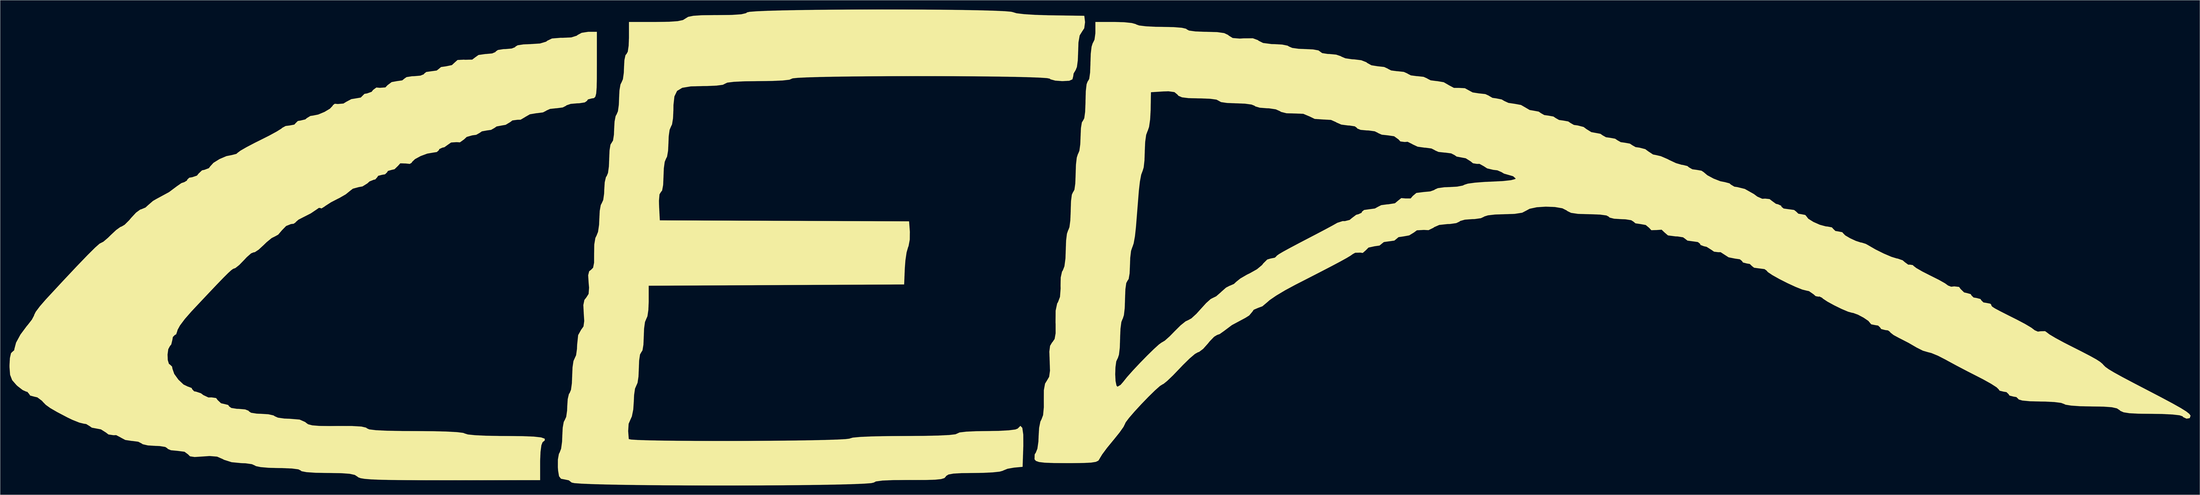
<source format=kicad_pcb>
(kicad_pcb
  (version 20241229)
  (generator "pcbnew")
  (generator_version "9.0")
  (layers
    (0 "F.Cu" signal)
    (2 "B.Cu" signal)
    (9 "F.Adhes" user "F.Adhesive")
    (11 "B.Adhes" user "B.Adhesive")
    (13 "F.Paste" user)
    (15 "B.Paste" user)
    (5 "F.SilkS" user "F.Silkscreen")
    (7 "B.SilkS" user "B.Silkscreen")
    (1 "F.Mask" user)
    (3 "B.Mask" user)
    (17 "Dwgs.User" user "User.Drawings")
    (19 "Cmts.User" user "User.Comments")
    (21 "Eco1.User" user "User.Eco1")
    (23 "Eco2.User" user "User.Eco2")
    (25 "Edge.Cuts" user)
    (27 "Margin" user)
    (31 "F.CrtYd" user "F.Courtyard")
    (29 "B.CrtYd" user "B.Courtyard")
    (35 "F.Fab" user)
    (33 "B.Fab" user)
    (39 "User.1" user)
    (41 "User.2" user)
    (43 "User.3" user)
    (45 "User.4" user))
  (footprint "LOGO_CEA"
    (layer "F.Cu")
    (at 346.08 74.669)
    (property "Reference" "LOGO_CEA" (at 0 0 0) (layer "F.SilkS") (effects (font (size 1.524 1.524) (thickness 0.3))))
    (attr through_hole)
    (fp_poly (pts (xy -58.481 -74.655) (xy -51.55 -74.624) (xy -44.988 -74.568) (xy -38.971 -74.489) (xy -33.678 -74.387) (xy -29.285 -74.26) (xy -25.972 -74.109) (xy -23.915 -73.933) (xy -23.299 -73.781) (xy -22.197 -73.445) (xy -19.771 -73.155) (xy -16.282 -72.932) (xy -11.992 -72.798) (xy -11.432 -72.789) (xy -0.397 -72.628) (xy -0.158 -70.576) (xy -0.421 -68.615) (xy -1.15 -67.502) (xy -1.891 -66.304) (xy -2.282 -64.067) (xy -2.381 -61.068) (xy -2.49 -58.278) (xy -2.774 -56.159) (xy -3.173 -55.167) (xy -3.175 -55.166) (xy -3.842 -54.046) (xy -3.969 -53.134) (xy -4.222 -52.164) (xy -5.247 -51.709) (xy -7.445 -51.594) (xy -7.494 -51.594) (xy -9.737 -51.758) (xy -11.244 -52.172) (xy -11.509 -52.388) (xy -12.382 -52.563) (xy -14.649 -52.717) (xy -18.132 -52.85) (xy -22.651 -52.963) (xy -28.028 -53.054) (xy -34.082 -53.124) (xy -40.635 -53.173) (xy -47.508 -53.2) (xy -54.52 -53.207) (xy -61.493 -53.193) (xy -68.248 -53.157) (xy -74.604 -53.101) (xy -80.384 -53.023) (xy -85.407 -52.924) (xy -89.494 -52.804) (xy -92.466 -52.663) (xy -94.144 -52.501) (xy -94.456 -52.388) (xy -95.223 -52.052) (xy -97.42 -51.801) (xy -100.891 -51.644) (xy -105.172 -51.594) (xy -109.698 -51.537) (xy -113.096 -51.374) (xy -115.21 -51.117) (xy -115.888 -50.8) (xy -116.636 -50.418) (xy -118.704 -50.146) (xy -121.824 -50.014) (xy -122.908 -50.006) (xy -126.968 -49.901) (xy -129.704 -49.448) (xy -131.372 -48.44) (xy -132.229 -46.671) (xy -132.532 -43.935) (xy -132.556 -42.252) (xy -132.677 -39.614) (xy -132.99 -37.662) (xy -133.35 -36.909) (xy -133.777 -35.909) (xy -134.065 -33.824) (xy -134.144 -31.75) (xy -134.269 -29.163) (xy -134.593 -27.268) (xy -134.938 -26.591) (xy -135.347 -25.599) (xy -135.634 -23.494) (xy -135.731 -20.988) (xy -135.852 -18.152) (xy -136.182 -16.358) (xy -136.565 -15.875) (xy -137.026 -15.132) (xy -137.203 -13.062) (xy -137.16 -11.311) (xy -136.922 -6.747) (xy -56.753 -6.43) (xy -56.502 -3.063) (xy -56.535 -0.536) (xy -56.929 1.56) (xy -57.085 1.937) (xy -57.556 3.573) (xy -57.94 6.184) (xy -58.13 8.731) (xy -58.341 13.891) (xy -99.417 14.096) (xy -140.494 14.302) (xy -140.494 19.407) (xy -140.609 22.115) (xy -140.908 24.144) (xy -141.287 25.003) (xy -141.697 25.995) (xy -141.984 28.1) (xy -142.081 30.606) (xy -142.194 33.284) (xy -142.493 35.115) (xy -142.875 35.719) (xy -143.291 36.447) (xy -143.575 38.373) (xy -143.669 40.831) (xy -143.783 43.541) (xy -144.083 45.572) (xy -144.463 46.434) (xy -144.9 47.438) (xy -145.198 49.516) (xy -145.281 51.442) (xy -145.464 54.173) (xy -145.908 56.384) (xy -146.303 57.269) (xy -146.954 58.765) (xy -147.105 61.111) (xy -146.908 63.698) (xy -146.128 63.857) (xy -143.955 63.991) (xy -140.583 64.101) (xy -136.205 64.187) (xy -131.017 64.249) (xy -125.211 64.289) (xy -118.982 64.306) (xy -112.525 64.302) (xy -106.032 64.276) (xy -99.699 64.23) (xy -93.719 64.164) (xy -88.286 64.079) (xy -83.594 63.974) (xy -79.838 63.851) (xy -77.211 63.71) (xy -75.908 63.552) (xy -75.803 63.5) (xy -74.848 63.226) (xy -72.438 63.003) (xy -68.707 62.839) (xy -63.787 62.738) (xy -58.294 62.706) (xy -52.198 62.67) (xy -47.366 62.563) (xy -43.882 62.391) (xy -41.83 62.156) (xy -41.275 61.913) (xy -40.513 61.564) (xy -38.347 61.305) (xy -34.961 61.154) (xy -31.797 61.119) (xy -27.848 61.055) (xy -24.68 60.878) (xy -22.574 60.61) (xy -21.828 60.325) (xy -20.939 59.435) (xy -20.336 60.088) (xy -20.025 62.262) (xy -20.015 65.936) (xy -20.019 66.08) (xy -20.241 72.628) (xy -23.019 72.883) (xy -25.103 73.252) (xy -26.478 73.813) (xy -26.551 73.875) (xy -27.613 74.176) (xy -29.9 74.418) (xy -33.052 74.572) (xy -35.902 74.612) (xy -39.876 74.656) (xy -42.52 74.809) (xy -44.088 75.104) (xy -44.835 75.575) (xy -44.947 75.779) (xy -45.395 76.252) (xy -46.467 76.577) (xy -48.393 76.775) (xy -51.405 76.868) (xy -55.734 76.878) (xy -56.598 76.873) (xy -61.718 76.897) (xy -65.307 77.048) (xy -67.419 77.33) (xy -68.098 77.691) (xy -68.931 77.881) (xy -71.184 78.05) (xy -74.691 78.197) (xy -79.286 78.324) (xy -84.8 78.43) (xy -91.069 78.514) (xy -97.924 78.578) (xy -105.199 78.62) (xy -112.728 78.641) (xy -120.343 78.641) (xy -127.878 78.62) (xy -135.166 78.578) (xy -142.04 78.515) (xy -148.334 78.431) (xy -153.881 78.326) (xy -158.514 78.2) (xy -162.066 78.052) (xy -164.371 77.884) (xy -165.262 77.695) (xy -165.266 77.687) (xy -166.196 76.966) (xy -167.515 76.695) (xy -168.699 76.469) (xy -169.327 75.667) (xy -169.627 73.871) (xy -169.712 72.716) (xy -169.696 70.278) (xy -169.375 68.472) (xy -169.117 67.993) (xy -168.656 66.784) (xy -168.35 64.547) (xy -168.275 62.594) (xy -168.147 60.04) (xy -167.816 58.18) (xy -167.481 57.547) (xy -167.018 56.528) (xy -166.732 54.489) (xy -166.688 53.181) (xy -166.537 50.828) (xy -166.156 49.196) (xy -165.894 48.816) (xy -165.482 47.823) (xy -165.196 45.72) (xy -165.1 43.259) (xy -164.984 40.563) (xy -164.683 38.545) (xy -164.306 37.703) (xy -163.841 36.683) (xy -163.555 34.647) (xy -163.512 33.388) (xy -163.181 30.211) (xy -162.229 28.498) (xy -161.462 27.423) (xy -161.222 25.647) (xy -161.373 23.287) (xy -161.512 20.527) (xy -161.173 18.878) (xy -160.582 18.13) (xy -159.823 16.951) (xy -159.669 14.927) (xy -159.805 13.389) (xy -159.961 10.94) (xy -159.638 9.643) (xy -159.06 9.204) (xy -158.37 8.504) (xy -158.051 6.877) (xy -158.044 4.006) (xy -158.046 3.95) (xy -157.993 1.005) (xy -157.641 -1.091) (xy -157.294 -1.774) (xy -156.787 -3.032) (xy -156.451 -5.306) (xy -156.369 -7.256) (xy -156.241 -9.81) (xy -155.909 -11.67) (xy -155.575 -12.303) (xy -155.112 -13.322) (xy -154.826 -15.361) (xy -154.781 -16.669) (xy -154.631 -19.022) (xy -154.25 -20.654) (xy -153.988 -21.034) (xy -153.578 -22.026) (xy -153.291 -24.131) (xy -153.194 -26.637) (xy -153.081 -29.315) (xy -152.782 -31.146) (xy -152.4 -31.75) (xy -151.963 -32.467) (xy -151.675 -34.316) (xy -151.606 -36.069) (xy -151.471 -38.555) (xy -151.124 -40.337) (xy -150.812 -40.878) (xy -150.386 -41.878) (xy -150.098 -43.964) (xy -150.019 -46.038) (xy -149.894 -48.624) (xy -149.569 -50.519) (xy -149.225 -51.197) (xy -148.783 -52.205) (xy -148.495 -54.272) (xy -148.431 -56.006) (xy -148.299 -58.382) (xy -147.96 -59.951) (xy -147.637 -60.325) (xy -147.223 -61.054) (xy -146.939 -62.985) (xy -146.844 -65.484) (xy -146.844 -70.644) (xy -138.21 -70.644) (xy -134.034 -70.702) (xy -131.202 -70.896) (xy -129.476 -71.253) (xy -128.638 -71.773) (xy -127.803 -72.29) (xy -126.159 -72.626) (xy -123.464 -72.807) (xy -119.477 -72.858) (xy -118.457 -72.855) (xy -113.82 -72.905) (xy -110.727 -73.115) (xy -109.143 -73.486) (xy -108.912 -73.71) (xy -108.08 -73.905) (xy -105.837 -74.079) (xy -102.363 -74.23) (xy -97.834 -74.359) (xy -92.429 -74.466) (xy -86.326 -74.55) (xy -79.701 -74.611) (xy -72.734 -74.649) (xy -65.601 -74.664) (xy -58.481 -74.655)) (stroke (width 0.01) (type solid)) (fill yes) (layer "F.SilkS"))
    (fp_poly (pts (xy -157.162 -56.753) (xy -157.175 -52.447) (xy -157.237 -49.481) (xy -157.386 -47.605) (xy -157.658 -46.571) (xy -158.09 -46.131) (xy -158.719 -46.038) (xy -158.75 -46.038) (xy -160.04 -45.705) (xy -160.338 -45.244) (xy -161.041 -44.744) (xy -162.795 -44.468) (xy -163.466 -44.45) (xy -165.579 -44.265) (xy -166.934 -43.807) (xy -167.084 -43.656) (xy -168.142 -43.116) (xy -170.058 -42.865) (xy -170.259 -42.862) (xy -172.22 -42.649) (xy -173.39 -42.128) (xy -173.434 -42.069) (xy -174.494 -41.524) (xy -176.402 -41.276) (xy -176.559 -41.275) (xy -178.695 -40.919) (xy -180.202 -40.058) (xy -180.227 -40.029) (xy -181.706 -39.161) (xy -182.676 -39.153) (xy -184.334 -38.933) (xy -185.012 -38.415) (xy -186.497 -37.525) (xy -187.772 -37.306) (xy -189.414 -36.999) (xy -190.103 -36.513) (xy -191.2 -35.892) (xy -192.484 -35.719) (xy -194.146 -35.419) (xy -194.866 -34.925) (xy -195.962 -34.306) (xy -197.254 -34.131) (xy -199.027 -33.629) (xy -199.885 -32.822) (xy -201.208 -31.876) (xy -202.277 -31.946) (xy -204.043 -31.83) (xy -204.856 -31.271) (xy -206.205 -30.309) (xy -206.869 -30.163) (xy -207.861 -29.701) (xy -207.963 -29.369) (xy -208.638 -28.758) (xy -209.825 -28.575) (xy -211.71 -28.254) (xy -213.843 -27.464) (xy -215.673 -26.467) (xy -216.648 -25.522) (xy -216.694 -25.327) (xy -217.343 -24.935) (xy -218.671 -25.072) (xy -220.395 -25.122) (xy -221.137 -24.294) (xy -222.248 -23.218) (xy -223.129 -23.019) (xy -224.372 -22.67) (xy -224.631 -22.225) (xy -225.296 -21.58) (xy -226.219 -21.431) (xy -227.509 -21.099) (xy -227.806 -20.637) (xy -228.442 -19.917) (xy -228.9 -19.844) (xy -230.291 -19.284) (xy -230.981 -18.653) (xy -232.537 -17.685) (xy -233.759 -17.462) (xy -235.636 -16.956) (xy -236.55 -16.257) (xy -237.912 -15.145) (xy -239.987 -13.948) (xy -240.417 -13.743) (xy -242.669 -12.577) (xy -244.475 -11.413) (xy -244.673 -11.253) (xy -245.732 -10.581) (xy -246.062 -10.716) (xy -246.552 -10.782) (xy -247.452 -10.16) (xy -249.16 -9.008) (xy -251.359 -7.885) (xy -251.42 -7.859) (xy -253.132 -6.975) (xy -253.98 -6.239) (xy -254 -6.156) (xy -254.666 -5.666) (xy -255.569 -5.556) (xy -257.112 -4.936) (xy -258.439 -3.572) (xy -259.657 -2.15) (xy -260.682 -1.588) (xy -261.753 -1.057) (xy -263.397 0.29) (xy -264.289 1.16) (xy -265.948 2.689) (xy -267.189 3.506) (xy -267.54 3.544) (xy -268.359 3.867) (xy -269.768 5.101) (xy -270.565 5.956) (xy -272.168 7.609) (xy -273.422 8.603) (xy -273.763 8.731) (xy -274.136 8.852) (xy -274.758 9.303) (xy -275.76 10.217) (xy -277.273 11.724) (xy -279.43 13.959) (xy -282.362 17.053) (xy -286.201 21.137) (xy -287.593 22.622) (xy -289.675 25.003) (xy -291.244 27.099) (xy -292.033 28.541) (xy -292.077 28.773) (xy -292.472 29.952) (xy -292.894 30.163) (xy -293.545 30.825) (xy -293.688 31.703) (xy -294.052 33.223) (xy -294.481 33.734) (xy -295.016 34.736) (xy -295.247 36.461) (xy -295.175 38.261) (xy -294.799 39.49) (xy -294.481 39.688) (xy -293.796 40.344) (xy -293.662 41.077) (xy -293.092 42.71) (xy -291.747 44.573) (xy -290.106 46.126) (xy -288.647 46.828) (xy -288.566 46.831) (xy -287.486 47.248) (xy -287.337 47.625) (xy -286.691 48.32) (xy -286.09 48.419) (xy -284.505 48.946) (xy -283.723 49.539) (xy -282.096 50.301) (xy -281.111 50.269) (xy -279.622 50.486) (xy -279.137 51.133) (xy -278.039 52.167) (xy -277.044 52.388) (xy -275.74 52.715) (xy -275.431 53.181) (xy -274.727 53.678) (xy -272.968 53.955) (xy -272.256 53.975) (xy -270.268 54.151) (xy -269.162 54.591) (xy -269.081 54.769) (xy -268.368 55.224) (xy -266.546 55.511) (xy -265.159 55.562) (xy -262.792 55.711) (xy -261.144 56.088) (xy -260.747 56.356) (xy -259.737 56.802) (xy -257.675 57.09) (xy -256.035 57.15) (xy -252.771 57.417) (xy -250.933 58.23) (xy -250.792 58.381) (xy -250.042 58.928) (xy -248.697 59.277) (xy -246.478 59.458) (xy -243.108 59.501) (xy -240.606 59.476) (xy -235.981 59.483) (xy -232.906 59.664) (xy -231.352 60.024) (xy -231.145 60.229) (xy -230.374 60.577) (xy -228.276 60.836) (xy -224.782 61.009) (xy -219.82 61.101) (xy -215.484 61.119) (xy -209.966 61.159) (xy -205.471 61.276) (xy -202.15 61.46) (xy -200.156 61.705) (xy -199.628 61.913) (xy -198.664 62.214) (xy -196.31 62.454) (xy -192.761 62.62) (xy -188.213 62.701) (xy -186.484 62.706) (xy -181.248 62.751) (xy -177.485 62.898) (xy -175.085 63.166) (xy -173.937 63.574) (xy -173.929 64.139) (xy -174.625 64.691) (xy -175.01 65.67) (xy -175.292 67.801) (xy -175.417 70.648) (xy -175.419 71.05) (xy -175.419 76.919) (xy -204.305 76.943) (xy -211.99 76.941) (xy -218.237 76.919) (xy -223.195 76.87) (xy -227.014 76.788) (xy -229.842 76.668) (xy -231.829 76.504) (xy -233.124 76.291) (xy -233.877 76.022) (xy -234.167 75.79) (xy -235.016 75.235) (xy -236.637 74.876) (xy -239.292 74.679) (xy -243.24 74.613) (xy -243.778 74.612) (xy -247.688 74.543) (xy -250.545 74.346) (xy -252.143 74.042) (xy -252.412 73.819) (xy -253.161 73.438) (xy -255.233 73.166) (xy -258.365 73.033) (xy -259.509 73.025) (xy -262.717 72.942) (xy -265.29 72.719) (xy -266.838 72.397) (xy -267.097 72.231) (xy -268.113 71.772) (xy -270.158 71.486) (xy -271.537 71.438) (xy -274.623 71.139) (xy -277.09 70.357) (xy -277.47 70.139) (xy -279.299 69.343) (xy -281.741 69.144) (xy -283.837 69.292) (xy -286.535 69.465) (xy -288.029 69.244) (xy -288.658 68.607) (xy -289.786 67.771) (xy -292.161 67.469) (xy -292.185 67.469) (xy -294.142 67.288) (xy -295.209 66.839) (xy -295.275 66.675) (xy -295.988 66.22) (xy -297.81 65.933) (xy -299.197 65.881) (xy -301.564 65.733) (xy -303.213 65.355) (xy -303.609 65.088) (xy -304.669 64.543) (xy -306.577 64.295) (xy -306.734 64.294) (xy -308.828 63.979) (xy -310.259 63.219) (xy -310.288 63.185) (xy -311.762 62.415) (xy -312.624 62.447) (xy -314.251 62.204) (xy -315.073 61.571) (xy -316.661 60.566) (xy -317.947 60.325) (xy -319.589 60.018) (xy -320.278 59.531) (xy -321.409 58.841) (xy -322.153 58.737) (xy -323.608 58.388) (xy -325.852 57.491) (xy -327.464 56.715) (xy -330.775 54.973) (xy -332.977 53.695) (xy -334.399 52.67) (xy -335.367 51.681) (xy -335.591 51.395) (xy -337.111 50.257) (xy -338.183 50.006) (xy -339.448 49.665) (xy -339.725 49.212) (xy -340.347 48.467) (xy -340.674 48.419) (xy -341.82 47.909) (xy -343.459 46.647) (xy -343.849 46.286) (xy -345.214 44.716) (xy -345.878 43) (xy -346.072 40.479) (xy -346.075 39.936) (xy -345.94 37.592) (xy -345.593 36.061) (xy -345.281 35.719) (xy -344.562 35.083) (xy -344.488 34.619) (xy -343.957 32.626) (xy -342.547 30.028) (xy -340.53 27.313) (xy -340.212 26.948) (xy -338.876 25.232) (xy -338.17 23.903) (xy -338.137 23.703) (xy -337.632 22.696) (xy -336.306 20.928) (xy -334.444 18.779) (xy -334.404 18.735) (xy -328.893 12.788) (xy -324.418 8.026) (xy -320.968 4.44) (xy -318.534 2.021) (xy -317.107 0.759) (xy -316.71 0.556) (xy -315.878 0.129) (xy -314.395 -1.134) (xy -313.493 -2.024) (xy -311.769 -3.636) (xy -310.405 -4.62) (xy -310.002 -4.763) (xy -309.039 -5.335) (xy -307.591 -6.776) (xy -306.949 -7.541) (xy -305.381 -9.23) (xy -304.041 -10.215) (xy -303.673 -10.319) (xy -302.332 -10.878) (xy -301.556 -11.592) (xy -299.936 -12.996) (xy -298.879 -13.611) (xy -294.775 -15.835) (xy -292.241 -17.731) (xy -290.763 -18.756) (xy -289.855 -19.05) (xy -288.978 -19.58) (xy -288.925 -19.844) (xy -288.259 -20.485) (xy -287.313 -20.637) (xy -285.786 -21.155) (xy -285.243 -21.828) (xy -284.156 -22.851) (xy -283.369 -23.019) (xy -281.945 -23.558) (xy -281.528 -24.122) (xy -280.479 -25.271) (xy -278.528 -26.486) (xy -276.309 -27.433) (xy -274.562 -27.781) (xy -273.109 -28.153) (xy -272.68 -28.532) (xy -271.801 -29.188) (xy -269.83 -30.326) (xy -267.11 -31.75) (xy -265.509 -32.544) (xy -262.536 -34.042) (xy -260.132 -35.354) (xy -258.64 -36.285) (xy -258.339 -36.555) (xy -257.268 -37.136) (xy -255.938 -37.306) (xy -254.468 -37.584) (xy -254 -38.1) (xy -253.337 -38.751) (xy -252.459 -38.894) (xy -250.94 -39.258) (xy -250.428 -39.688) (xy -249.3 -40.373) (xy -248.519 -40.481) (xy -246.787 -40.827) (xy -244.765 -41.667) (xy -243.02 -42.709) (xy -242.122 -43.658) (xy -242.094 -43.807) (xy -241.464 -44.299) (xy -240.492 -44.216) (xy -238.672 -44.364) (xy -237.771 -44.918) (xy -236.136 -45.789) (xy -234.61 -46.038) (xy -233.091 -46.302) (xy -232.569 -46.831) (xy -231.908 -47.488) (xy -231.066 -47.625) (xy -229.599 -48.148) (xy -229.13 -48.754) (xy -228.084 -49.528) (xy -226.961 -49.429) (xy -225.181 -49.558) (xy -224.491 -50.284) (xy -223.162 -51.279) (xy -221.417 -51.594) (xy -219.762 -51.827) (xy -219.075 -52.388) (xy -218.371 -52.885) (xy -216.612 -53.161) (xy -215.9 -53.181) (xy -213.912 -53.357) (xy -212.806 -53.797) (xy -212.725 -53.975) (xy -212.035 -54.532) (xy -210.373 -54.769) (xy -210.344 -54.769) (xy -208.672 -54.999) (xy -207.963 -55.553) (xy -207.963 -55.562) (xy -207.275 -56.128) (xy -205.666 -56.356) (xy -203.782 -56.749) (xy -202.905 -57.567) (xy -201.977 -58.397) (xy -199.933 -58.498) (xy -199.581 -58.464) (xy -197.254 -58.514) (xy -196.304 -59.237) (xy -195.226 -60.009) (xy -192.997 -60.323) (xy -192.796 -60.325) (xy -190.84 -60.506) (xy -189.773 -60.955) (xy -189.706 -61.119) (xy -189.002 -61.616) (xy -187.243 -61.892) (xy -186.531 -61.913) (xy -184.543 -62.089) (xy -183.437 -62.528) (xy -183.356 -62.706) (xy -182.635 -63.131) (xy -180.758 -63.418) (xy -178.691 -63.5) (xy -175.451 -63.706) (xy -173.478 -64.295) (xy -173.123 -64.587) (xy -171.599 -65.319) (xy -168.783 -65.55) (xy -168.231 -65.538) (xy -165.389 -65.664) (xy -163.624 -66.221) (xy -163.383 -66.435) (xy -162.047 -67.148) (xy -159.977 -67.467) (xy -159.843 -67.469) (xy -157.162 -67.469) (xy -157.162 -56.753)) (stroke (width 0.01) (type solid)) (fill yes) (layer "F.SilkS"))
    (fp_poly (pts (xy 12.496 -70.55) (xy 14.863 -70.302) (xy 16.163 -69.948) (xy 16.272 -69.85) (xy 17.235 -69.508) (xy 19.434 -69.241) (xy 22.52 -69.084) (xy 24.653 -69.056) (xy 28.325 -68.98) (xy 30.978 -68.768) (xy 32.381 -68.443) (xy 32.544 -68.263) (xy 33.285 -67.868) (xy 35.306 -67.591) (xy 38.3 -67.471) (xy 38.797 -67.469) (xy 42.34 -67.372) (xy 44.597 -67.051) (xy 45.86 -66.455) (xy 46.06 -66.251) (xy 47.334 -65.472) (xy 49.584 -65.287) (xy 50.895 -65.369) (xy 53.824 -65.385) (xy 55.466 -64.777) (xy 55.636 -64.602) (xy 57.107 -63.87) (xy 59.805 -63.52) (xy 60.772 -63.5) (xy 63.229 -63.362) (xy 64.98 -63.008) (xy 65.484 -62.706) (xy 66.484 -62.282) (xy 68.571 -61.994) (xy 70.691 -61.913) (xy 73.208 -61.791) (xy 74.913 -61.474) (xy 75.406 -61.119) (xy 76.108 -60.611) (xy 77.851 -60.339) (xy 78.422 -60.325) (xy 80.609 -60.117) (xy 82.127 -59.605) (xy 82.281 -59.483) (xy 83.561 -58.939) (xy 85.708 -58.623) (xy 86.388 -58.596) (xy 88.672 -58.316) (xy 90.316 -57.674) (xy 90.565 -57.454) (xy 91.945 -56.69) (xy 94.027 -56.357) (xy 94.11 -56.356) (xy 96.052 -56.138) (xy 97.201 -55.609) (xy 97.234 -55.562) (xy 98.292 -55.022) (xy 100.208 -54.771) (xy 100.409 -54.769) (xy 102.37 -54.555) (xy 103.54 -54.034) (xy 103.584 -53.975) (xy 104.642 -53.434) (xy 106.558 -53.183) (xy 106.759 -53.181) (xy 108.72 -52.967) (xy 109.89 -52.447) (xy 109.934 -52.388) (xy 110.994 -51.843) (xy 112.902 -51.595) (xy 113.059 -51.594) (xy 115.198 -51.234) (xy 116.713 -50.364) (xy 116.737 -50.336) (xy 118.471 -49.412) (xy 120.025 -49.407) (xy 122.015 -49.303) (xy 123.144 -48.68) (xy 124.497 -47.947) (xy 126.565 -47.626) (xy 126.653 -47.625) (xy 128.596 -47.407) (xy 129.745 -46.878) (xy 129.778 -46.831) (xy 130.882 -46.197) (xy 132.047 -46.038) (xy 133.844 -45.685) (xy 134.67 -45.194) (xy 136.015 -44.572) (xy 138.007 -44.279) (xy 140.048 -43.908) (xy 141.388 -43.138) (xy 142.844 -42.281) (xy 144.116 -42.069) (xy 145.758 -41.761) (xy 146.447 -41.275) (xy 147.544 -40.655) (xy 148.828 -40.481) (xy 150.49 -40.182) (xy 151.209 -39.688) (xy 152.306 -39.067) (xy 153.591 -38.894) (xy 155.253 -38.594) (xy 155.972 -38.1) (xy 157.072 -37.474) (xy 158.303 -37.306) (xy 160.188 -36.82) (xy 161.131 -36.116) (xy 162.678 -35.157) (xy 163.96 -34.925) (xy 165.602 -34.618) (xy 166.291 -34.131) (xy 167.388 -33.511) (xy 168.672 -33.337) (xy 170.334 -33.038) (xy 171.053 -32.544) (xy 172.15 -31.924) (xy 173.434 -31.75) (xy 175.096 -31.45) (xy 175.816 -30.956) (xy 176.916 -30.33) (xy 178.147 -30.163) (xy 180.031 -29.676) (xy 180.975 -28.972) (xy 182.529 -27.954) (xy 183.429 -27.781) (xy 185.044 -27.405) (xy 187.202 -26.473) (xy 187.722 -26.194) (xy 189.907 -25.169) (xy 191.759 -24.63) (xy 192.065 -24.606) (xy 193.574 -24.236) (xy 194.072 -23.813) (xy 195.169 -23.192) (xy 196.453 -23.019) (xy 198.101 -22.739) (xy 198.803 -22.275) (xy 199.975 -21.28) (xy 201.99 -20.196) (xy 204.159 -19.346) (xy 205.656 -19.05) (xy 207.125 -18.656) (xy 207.566 -18.256) (xy 208.684 -17.591) (xy 209.608 -17.462) (xy 212.04 -16.865) (xy 214.956 -15.222) (xy 216.069 -14.39) (xy 217.649 -13.694) (xy 218.591 -13.747) (xy 220.013 -13.592) (xy 220.702 -13.05) (xy 222.052 -12.068) (xy 222.744 -11.906) (xy 223.736 -11.445) (xy 223.838 -11.113) (xy 224.527 -10.555) (xy 226.189 -10.319) (xy 226.219 -10.319) (xy 227.891 -10.089) (xy 228.6 -9.535) (xy 228.6 -9.525) (xy 229.265 -8.88) (xy 230.188 -8.731) (xy 231.481 -8.481) (xy 231.78 -8.136) (xy 232.457 -7.264) (xy 234.104 -6.234) (xy 236.166 -5.321) (xy 238.085 -4.801) (xy 238.586 -4.763) (xy 240.047 -4.483) (xy 240.506 -3.969) (xy 241.171 -3.324) (xy 242.094 -3.175) (xy 243.385 -2.923) (xy 243.681 -2.575) (xy 244.328 -1.909) (xy 245.875 -0.997) (xy 247.729 -0.136) (xy 249.299 0.377) (xy 249.634 0.418) (xy 250.942 0.83) (xy 251.619 1.203) (xy 254.04 2.607) (xy 256.735 3.95) (xy 259.199 5.002) (xy 260.926 5.532) (xy 261.181 5.556) (xy 262.814 6.127) (xy 263.518 6.738) (xy 264.612 7.538) (xy 265.148 7.519) (xy 266.087 7.667) (xy 266.279 7.899) (xy 267.194 8.609) (xy 269.144 9.736) (xy 271.715 11.044) (xy 271.859 11.113) (xy 274.441 12.409) (xy 276.413 13.52) (xy 277.37 14.216) (xy 277.386 14.239) (xy 278.399 14.63) (xy 279.391 14.52) (xy 280.942 14.695) (xy 281.46 15.388) (xy 282.573 16.469) (xy 283.454 16.669) (xy 284.697 17.018) (xy 284.956 17.462) (xy 285.621 18.107) (xy 286.544 18.256) (xy 287.834 18.589) (xy 288.131 19.05) (xy 288.796 19.695) (xy 289.719 19.844) (xy 291.01 20.098) (xy 291.306 20.449) (xy 291.361 20.757) (xy 291.685 21.105) (xy 292.518 21.635) (xy 294.103 22.484) (xy 296.68 23.794) (xy 299.536 25.227) (xy 302.147 26.606) (xy 304.169 27.807) (xy 305.2 28.588) (xy 305.233 28.633) (xy 306.293 29.093) (xy 307.181 28.972) (xy 308.606 28.938) (xy 309.119 29.294) (xy 310.005 29.977) (xy 311.971 31.15) (xy 314.669 32.611) (xy 316.131 33.36) (xy 320.224 35.431) (xy 323.127 36.941) (xy 325.08 38.028) (xy 326.317 38.827) (xy 327.079 39.475) (xy 327.408 39.853) (xy 328.017 40.457) (xy 329.092 41.223) (xy 330.833 42.267) (xy 333.438 43.703) (xy 337.105 45.644) (xy 340.916 47.627) (xy 345.895 50.225) (xy 349.621 52.217) (xy 352.265 53.705) (xy 353.995 54.788) (xy 354.982 55.566) (xy 355.395 56.139) (xy 355.402 56.159) (xy 355.138 56.946) (xy 354.108 57.116) (xy 353.03 56.617) (xy 352.822 56.356) (xy 351.856 56.028) (xy 349.588 55.771) (xy 346.305 55.609) (xy 342.95 55.562) (xy 338.69 55.518) (xy 335.758 55.366) (xy 333.894 55.075) (xy 332.841 54.617) (xy 332.581 54.372) (xy 331.711 53.798) (xy 330.065 53.431) (xy 327.372 53.238) (xy 323.403 53.181) (xy 319.856 53.108) (xy 317.007 52.909) (xy 315.19 52.615) (xy 314.722 52.388) (xy 313.758 52.034) (xy 311.597 51.762) (xy 308.625 51.611) (xy 307.134 51.594) (xy 303.727 51.51) (xy 301.299 51.278) (xy 300.112 50.928) (xy 300.038 50.8) (xy 299.373 50.155) (xy 298.45 50.006) (xy 297.16 49.674) (xy 296.863 49.212) (xy 296.198 48.568) (xy 295.275 48.419) (xy 293.985 48.108) (xy 293.688 47.678) (xy 293.024 47.021) (xy 291.245 45.876) (xy 288.667 44.438) (xy 287.139 43.651) (xy 283.631 41.86) (xy 280.118 40.017) (xy 277.228 38.453) (xy 276.622 38.113) (xy 274.153 36.843) (xy 272.022 35.969) (xy 271.066 35.733) (xy 269.315 35.225) (xy 267.226 34.172) (xy 267.097 34.091) (xy 264.718 32.709) (xy 262.046 31.329) (xy 261.739 31.183) (xy 259.888 30.183) (xy 258.846 29.363) (xy 258.762 29.182) (xy 258.096 28.688) (xy 257.175 28.575) (xy 255.885 28.243) (xy 255.588 27.781) (xy 254.923 27.136) (xy 254 26.988) (xy 252.707 26.737) (xy 252.407 26.392) (xy 251.766 25.623) (xy 250.242 24.587) (xy 248.418 23.62) (xy 246.879 23.058) (xy 246.551 23.019) (xy 245.262 22.664) (xy 243.163 21.773) (xy 240.769 20.601) (xy 238.594 19.408) (xy 237.151 18.45) (xy 236.884 18.174) (xy 235.988 17.753) (xy 235.779 17.838) (xy 234.814 17.652) (xy 234.149 17.057) (xy 232.694 16.048) (xy 231.883 15.875) (xy 230.543 15.542) (xy 228.375 14.676) (xy 225.78 13.477) (xy 223.158 12.147) (xy 220.909 10.885) (xy 219.434 9.893) (xy 219.075 9.456) (xy 218.385 8.947) (xy 216.722 8.731) (xy 216.694 8.731) (xy 215.022 8.501) (xy 214.313 7.947) (xy 214.312 7.938) (xy 213.648 7.293) (xy 212.725 7.144) (xy 211.435 6.811) (xy 211.137 6.35) (xy 210.45 5.784) (xy 208.853 5.556) (xy 206.827 5.152) (xy 205.551 4.33) (xy 204.26 3.493) (xy 203.493 3.502) (xy 202.142 3.332) (xy 201.295 2.744) (xy 199.757 1.775) (xy 198.891 1.587) (xy 197.799 1.176) (xy 197.644 0.794) (xy 196.954 0.236) (xy 195.292 0.00006) (xy 195.262 0) (xy 193.591 -0.23) (xy 192.881 -0.784) (xy 192.881 -0.794) (xy 192.178 -1.296) (xy 190.428 -1.57) (xy 189.791 -1.587) (xy 187.327 -1.903) (xy 186.212 -2.862) (xy 185.286 -3.75) (xy 183.728 -3.637) (xy 181.975 -3.584) (xy 181.27 -4.346) (xy 180.175 -5.259) (xy 178.509 -5.556) (xy 176.874 -5.794) (xy 176.213 -6.35) (xy 175.499 -6.803) (xy 173.673 -7.09) (xy 172.244 -7.144) (xy 169.98 -7.287) (xy 168.543 -7.652) (xy 168.275 -7.938) (xy 167.533 -8.332) (xy 165.512 -8.609) (xy 162.518 -8.729) (xy 162.022 -8.731) (xy 158.441 -8.832) (xy 156.164 -9.166) (xy 154.919 -9.776) (xy 154.781 -9.922) (xy 153.37 -10.639) (xy 150.934 -11.054) (xy 148.008 -11.166) (xy 145.125 -10.976) (xy 142.819 -10.483) (xy 141.798 -9.922) (xy 140.439 -9.216) (xy 137.964 -8.833) (xy 134.644 -8.731) (xy 131.712 -8.633) (xy 129.436 -8.372) (xy 128.25 -8.002) (xy 128.191 -7.938) (xy 127.161 -7.452) (xy 125.153 -7.172) (xy 124.222 -7.144) (xy 121.994 -6.977) (xy 120.504 -6.558) (xy 120.253 -6.35) (xy 119.222 -5.862) (xy 117.218 -5.582) (xy 116.335 -5.556) (xy 113.765 -5.279) (xy 112.092 -4.547) (xy 111.947 -4.399) (xy 110.303 -3.595) (xy 108.828 -3.674) (xy 106.569 -3.55) (xy 105.626 -2.847) (xy 104.097 -1.914) (xy 102.297 -1.587) (xy 100.667 -1.349) (xy 100.013 -0.794) (xy 99.323 -0.236) (xy 97.661 -0.000061) (xy 97.631 0) (xy 95.959 0.23) (xy 95.25 0.784) (xy 95.25 0.794) (xy 94.562 1.359) (xy 92.954 1.587) (xy 91.002 2.014) (xy 90.169 2.86) (xy 89.161 3.743) (xy 88.396 3.641) (xy 86.743 3.677) (xy 85.974 4.091) (xy 85.23 4.623) (xy 83.954 5.39) (xy 81.985 6.48) (xy 79.161 7.98) (xy 75.318 9.976) (xy 70.294 12.557) (xy 67.512 13.979) (xy 64.216 15.756) (xy 61.323 17.486) (xy 59.218 18.93) (xy 58.439 19.619) (xy 56.878 20.929) (xy 55.504 21.431) (xy 54.086 22.044) (xy 53.683 22.634) (xy 52.641 23.881) (xy 51.416 24.652) (xy 47.081 26.975) (xy 44.591 28.844) (xy 43.154 29.866) (xy 42.299 30.163) (xy 41.346 30.744) (xy 39.935 32.205) (xy 39.344 32.941) (xy 37.825 34.642) (xy 36.518 35.623) (xy 36.172 35.719) (xy 35.19 36.269) (xy 33.465 37.74) (xy 31.303 39.86) (xy 30.339 40.878) (xy 28.125 43.183) (xy 26.272 44.957) (xy 25.066 45.931) (xy 24.817 46.038) (xy 23.94 46.588) (xy 22.311 48.041) (xy 20.218 50.094) (xy 17.945 52.447) (xy 15.779 54.8) (xy 14.006 56.852) (xy 12.912 58.303) (xy 12.7 58.771) (xy 12.215 59.768) (xy 10.934 61.58) (xy 9.119 63.841) (xy 8.85 64.158) (xy 6.898 66.546) (xy 5.358 68.624) (xy 4.537 69.976) (xy 4.509 70.048) (xy 4.136 70.631) (xy 3.325 71.025) (xy 1.812 71.267) (xy -0.669 71.392) (xy -4.383 71.435) (xy -5.953 71.438) (xy -10.202 71.408) (xy -13.118 71.298) (xy -14.955 71.079) (xy -15.965 70.719) (xy -16.402 70.194) (xy -16.35 68.629) (xy -15.98 68.05) (xy -15.482 66.802) (xy -15.156 64.545) (xy -15.081 62.706) (xy -14.925 60.085) (xy -14.522 58.068) (xy -14.154 57.334) (xy -13.643 55.975) (xy -13.403 53.403) (xy -13.415 51.22) (xy -13.397 47.917) (xy -13.015 45.841) (xy -12.389 44.819) (xy -11.695 43.632) (xy -11.59 42.859) (xy 9.542 42.859) (xy 9.653 45.008) (xy 9.954 46.484) (xy 10.274 46.831) (xy 11.268 46.25) (xy 12.089 45.308) (xy 13.338 43.742) (xy 15.228 41.615) (xy 17.481 39.214) (xy 19.818 36.821) (xy 21.96 34.724) (xy 23.629 33.205) (xy 24.545 32.551) (xy 24.587 32.544) (xy 25.5 32) (xy 27.084 30.589) (xy 28.66 28.972) (xy 30.567 27.077) (xy 32.179 25.782) (xy 33.002 25.4) (xy 34.046 24.83) (xy 35.659 23.356) (xy 37.038 21.828) (xy 38.788 19.903) (xy 40.235 18.606) (xy 40.908 18.256) (xy 42.009 17.724) (xy 43.509 16.426) (xy 43.656 16.272) (xy 45.183 14.92) (xy 46.399 14.293) (xy 46.476 14.287) (xy 47.733 13.733) (xy 48.451 13.058) (xy 49.774 11.991) (xy 51.911 10.746) (xy 52.891 10.27) (xy 55.135 9.003) (xy 56.788 7.632) (xy 57.155 7.134) (xy 58.437 5.869) (xy 59.493 5.556) (xy 60.87 5.283) (xy 61.251 4.961) (xy 61.524 4.63) (xy 62.218 4.131) (xy 63.522 3.358) (xy 65.625 2.205) (xy 68.717 0.566) (xy 72.988 -1.665) (xy 74.216 -2.304) (xy 77.018 -3.779) (xy 79.369 -5.046) (xy 80.828 -5.868) (xy 80.963 -5.951) (xy 82.696 -6.509) (xy 83.421 -6.499) (xy 84.94 -6.879) (xy 85.701 -7.511) (xy 87.053 -8.536) (xy 87.807 -8.731) (xy 88.799 -9.193) (xy 88.9 -9.525) (xy 89.589 -10.087) (xy 91.234 -10.319) (xy 93.067 -10.563) (xy 94.059 -11.113) (xy 95.114 -11.647) (xy 97.041 -11.903) (xy 97.306 -11.906) (xy 99.514 -12.248) (xy 100.517 -13.091) (xy 101.552 -13.917) (xy 102.866 -13.801) (xy 104.57 -13.801) (xy 105.249 -14.6) (xy 106.408 -15.576) (xy 108.782 -15.875) (xy 110.867 -16.064) (xy 112.188 -16.534) (xy 112.316 -16.669) (xy 113.327 -17.118) (xy 115.385 -17.405) (xy 116.966 -17.462) (xy 119.47 -17.599) (xy 121.326 -17.948) (xy 121.889 -18.225) (xy 122.966 -18.571) (xy 125.249 -18.885) (xy 128.359 -19.124) (xy 130.581 -19.217) (xy 134.229 -19.398) (xy 136.843 -19.684) (xy 138.202 -20.047) (xy 138.342 -20.241) (xy 137.523 -20.962) (xy 136.358 -21.3) (xy 134.592 -21.808) (xy 133.787 -22.292) (xy 132.453 -22.868) (xy 131.15 -23.019) (xy 129.165 -23.49) (xy 128.111 -24.176) (xy 126.715 -24.953) (xy 125.914 -24.933) (xy 124.614 -25.138) (xy 123.855 -25.761) (xy 122.281 -26.749) (xy 120.997 -26.988) (xy 119.355 -27.295) (xy 118.666 -27.781) (xy 117.608 -28.322) (xy 115.692 -28.573) (xy 115.491 -28.575) (xy 113.53 -28.789) (xy 112.36 -29.31) (xy 112.316 -29.369) (xy 111.262 -29.901) (xy 109.331 -30.158) (xy 109.037 -30.163) (xy 106.811 -30.478) (xy 105.171 -31.246) (xy 105.092 -31.319) (xy 103.592 -32.061) (xy 102.669 -31.991) (xy 101.249 -32.169) (xy 100.669 -32.818) (xy 99.252 -33.84) (xy 97.242 -34.131) (xy 95.279 -34.345) (xy 94.105 -34.864) (xy 94.059 -34.925) (xy 93.019 -35.432) (xy 91.045 -35.704) (xy 90.441 -35.719) (xy 88.47 -35.897) (xy 87.385 -36.342) (xy 87.312 -36.513) (xy 86.614 -37.033) (xy 84.891 -37.298) (xy 84.478 -37.306) (xy 82.264 -37.596) (xy 80.657 -38.302) (xy 80.559 -38.39) (xy 78.952 -39.103) (xy 76.493 -39.238) (xy 76.455 -39.235) (xy 73.701 -39.424) (xy 72.105 -40.199) (xy 70.025 -41.073) (xy 67.138 -41.179) (xy 64.647 -41.241) (xy 62.878 -41.685) (xy 62.548 -41.909) (xy 61.199 -42.508) (xy 58.994 -42.839) (xy 58.229 -42.862) (xy 56.037 -43.034) (xy 54.59 -43.465) (xy 54.372 -43.656) (xy 53.387 -44.052) (xy 51.268 -44.337) (xy 48.466 -44.45) (xy 48.372 -44.45) (xy 45.54 -44.556) (xy 43.585 -44.839) (xy 42.862 -45.244) (xy 42.12 -45.638) (xy 40.095 -45.914) (xy 37.091 -46.035) (xy 36.552 -46.038) (xy 33.156 -46.113) (xy 31.035 -46.375) (xy 29.881 -46.878) (xy 29.548 -47.277) (xy 28.593 -48.059) (xy 26.681 -48.324) (xy 24.944 -48.269) (xy 21.034 -48.022) (xy 20.935 -42.208) (xy 20.771 -39.24) (xy 20.431 -36.861) (xy 19.986 -35.55) (xy 19.943 -35.5) (xy 19.496 -34.298) (xy 19.176 -31.991) (xy 19.05 -29.06) (xy 19.05 -28.972) (xy 18.953 -26.074) (xy 18.697 -23.794) (xy 18.338 -22.605) (xy 18.318 -22.582) (xy 17.899 -21.464) (xy 17.481 -19.226) (xy 17.149 -16.334) (xy 17.127 -16.073) (xy 16.806 -12.037) (xy 16.449 -7.564) (xy 16.21 -4.564) (xy 15.89 -1.638) (xy 15.475 0.673) (xy 15.053 1.905) (xy 15.019 1.945) (xy 14.636 3.086) (xy 14.371 5.302) (xy 14.287 7.699) (xy 14.172 10.332) (xy 13.868 12.128) (xy 13.494 12.7) (xy 13.093 13.438) (xy 12.814 15.434) (xy 12.701 18.36) (xy 12.7 18.606) (xy 12.6 21.524) (xy 12.337 23.784) (xy 11.964 24.951) (xy 11.906 25.003) (xy 11.521 25.983) (xy 11.239 28.113) (xy 11.114 30.959) (xy 11.113 31.353) (xy 11.012 34.259) (xy 10.747 36.506) (xy 10.372 37.657) (xy 10.319 37.703) (xy 9.877 38.673) (xy 9.617 40.569) (xy 9.542 42.859) (xy -11.59 42.859) (xy -11.427 41.66) (xy -11.527 38.558) (xy -11.636 35.528) (xy -11.401 33.669) (xy -10.765 32.592) (xy -10.638 32.479) (xy -9.939 31.455) (xy -9.618 29.647) (xy -9.618 26.688) (xy -9.641 26.144) (xy -9.615 22.349) (xy -9.12 20.031) (xy -8.851 19.591) (xy -8.21 17.898) (xy -8.002 15.157) (xy -8.028 14.324) (xy -7.975 11.655) (xy -7.561 9.781) (xy -7.296 9.36) (xy -6.785 8.052) (xy -6.452 5.549) (xy -6.35 2.666) (xy -6.248 -0.211) (xy -5.978 -2.427) (xy -5.597 -3.539) (xy -5.556 -3.572) (xy -5.172 -4.551) (xy -4.891 -6.683) (xy -4.765 -9.534) (xy -4.763 -9.969) (xy -4.663 -12.951) (xy -4.395 -15.028) (xy -4.002 -15.871) (xy -3.969 -15.875) (xy -3.568 -16.613) (xy -3.289 -18.609) (xy -3.176 -21.535) (xy -3.175 -21.781) (xy -3.075 -24.699) (xy -2.812 -26.959) (xy -2.439 -28.126) (xy -2.381 -28.178) (xy -1.972 -29.17) (xy -1.685 -31.275) (xy -1.587 -33.781) (xy -1.474 -36.459) (xy -1.175 -38.29) (xy -0.794 -38.894) (xy -0.401 -39.636) (xy -0.124 -41.664) (xy -0.003 -44.676) (xy 0 -45.244) (xy 0.093 -48.388) (xy 0.346 -50.598) (xy 0.723 -51.573) (xy 0.794 -51.594) (xy 1.195 -52.332) (xy 1.474 -54.328) (xy 1.587 -57.254) (xy 1.587 -57.5) (xy 1.687 -60.418) (xy 1.95 -62.678) (xy 2.323 -63.845) (xy 2.381 -63.897) (xy 2.889 -64.938) (xy 3.16 -66.912) (xy 3.175 -67.516) (xy 3.175 -70.644) (xy 9.478 -70.644) (xy 12.496 -70.55)) (stroke (width 0.01) (type solid)) (fill yes) (layer "F.SilkS")))
  (gr_rect
    (start -3 -3)
    (end 704.487 156.315)
    (stroke (width 0.1) (type default))
    (fill no)
    (layer "Edge.Cuts")))
</source>
